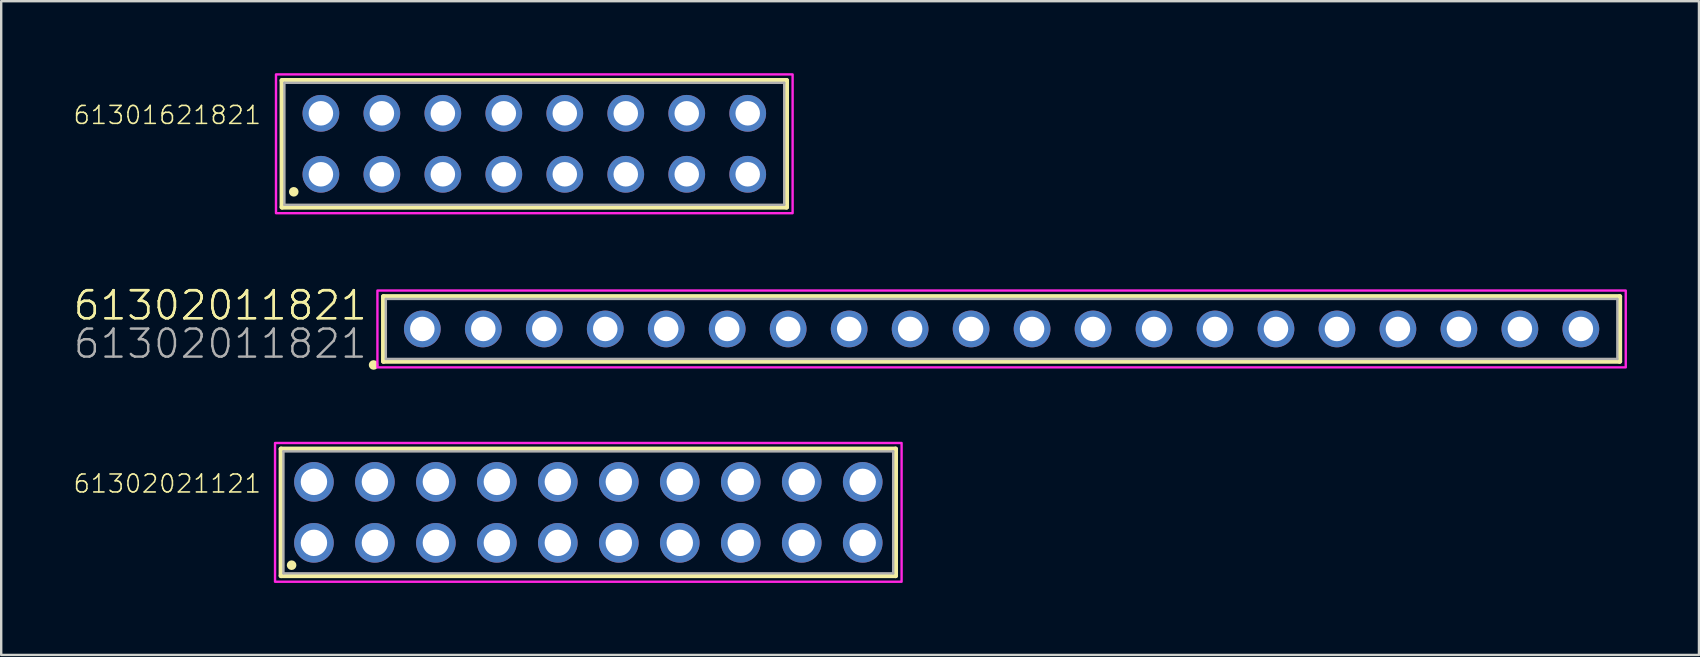
<source format=kicad_pcb>
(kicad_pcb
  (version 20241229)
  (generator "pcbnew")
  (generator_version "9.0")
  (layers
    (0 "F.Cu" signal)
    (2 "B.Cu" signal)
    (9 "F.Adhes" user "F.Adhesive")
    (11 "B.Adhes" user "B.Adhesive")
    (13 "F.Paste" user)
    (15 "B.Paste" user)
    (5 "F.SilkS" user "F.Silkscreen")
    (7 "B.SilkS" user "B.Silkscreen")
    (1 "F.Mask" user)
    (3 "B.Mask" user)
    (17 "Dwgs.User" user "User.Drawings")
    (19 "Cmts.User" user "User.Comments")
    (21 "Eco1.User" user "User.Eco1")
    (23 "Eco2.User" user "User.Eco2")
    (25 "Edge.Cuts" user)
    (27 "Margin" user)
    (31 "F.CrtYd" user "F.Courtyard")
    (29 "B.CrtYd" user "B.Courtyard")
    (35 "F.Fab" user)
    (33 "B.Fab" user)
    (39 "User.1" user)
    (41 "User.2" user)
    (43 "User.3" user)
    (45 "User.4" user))
  (footprint "61301621821"
    (layer "F.Cu")
    (at 19.207 2.94)
    (property "Reference" "61301621821" (at -11.328 -0.756 0) (unlocked yes) (layer "F.SilkS") (effects (font (size 0.748 0.748) (thickness 0.065)) (justify right bottom)))
    (fp_line (start -10.51 -2.64) (end 10.51 -2.64) (stroke (width 0.2) (type solid)) (layer "F.SilkS"))
    (fp_line (start -10.51 2.64) (end -10.51 -2.64) (stroke (width 0.2) (type solid)) (layer "F.SilkS"))
    (fp_line (start 10.51 -2.64) (end 10.51 2.64) (stroke (width 0.2) (type solid)) (layer "F.SilkS"))
    (fp_line (start 10.51 2.64) (end -10.51 2.64) (stroke (width 0.2) (type solid)) (layer "F.SilkS"))
    (fp_circle (center -10.02 2) (end -9.92 2) (stroke (width 0.2) (type solid)) (fill no) (layer "F.SilkS"))
    (fp_poly (pts (xy 10.76 2.89) (xy -10.76 2.89) (xy -10.76 -2.89) (xy 10.76 -2.89)) (stroke (width 0.1) (type default)) (fill no) (layer "F.CrtYd"))
    (fp_line (start -10.41 -2.54) (end -10.41 2.54) (stroke (width 0.1) (type solid)) (layer "F.Fab"))
    (fp_line (start -10.41 2.54) (end 10.41 2.54) (stroke (width 0.1) (type solid)) (layer "F.Fab"))
    (fp_line (start 10.41 -2.54) (end -10.41 -2.54) (stroke (width 0.1) (type solid)) (layer "F.Fab"))
    (fp_line (start 10.41 2.54) (end 10.41 -2.54) (stroke (width 0.1) (type solid)) (layer "F.Fab"))
    (pad "1" thru_hole circle (at -8.89 1.27) (size 1.53 1.53) (drill 1.02) (layers "*.Cu" "*.Mask"))
    (pad "2" thru_hole circle (at -8.89 -1.27) (size 1.53 1.53) (drill 1.02) (layers "*.Cu" "*.Mask"))
    (pad "3" thru_hole circle (at -6.35 1.27) (size 1.53 1.53) (drill 1.02) (layers "*.Cu" "*.Mask"))
    (pad "4" thru_hole circle (at -6.35 -1.27) (size 1.53 1.53) (drill 1.02) (layers "*.Cu" "*.Mask"))
    (pad "5" thru_hole circle (at -3.81 1.27) (size 1.53 1.53) (drill 1.02) (layers "*.Cu" "*.Mask"))
    (pad "6" thru_hole circle (at -3.81 -1.27) (size 1.53 1.53) (drill 1.02) (layers "*.Cu" "*.Mask"))
    (pad "7" thru_hole circle (at -1.27 1.27) (size 1.53 1.53) (drill 1.02) (layers "*.Cu" "*.Mask"))
    (pad "8" thru_hole circle (at -1.27 -1.27) (size 1.53 1.53) (drill 1.02) (layers "*.Cu" "*.Mask"))
    (pad "9" thru_hole circle (at 1.27 1.27) (size 1.53 1.53) (drill 1.02) (layers "*.Cu" "*.Mask"))
    (pad "10" thru_hole circle (at 1.27 -1.27) (size 1.53 1.53) (drill 1.02) (layers "*.Cu" "*.Mask"))
    (pad "11" thru_hole circle (at 3.81 1.27) (size 1.53 1.53) (drill 1.02) (layers "*.Cu" "*.Mask"))
    (pad "12" thru_hole circle (at 3.81 -1.27) (size 1.53 1.53) (drill 1.02) (layers "*.Cu" "*.Mask"))
    (pad "13" thru_hole circle (at 6.35 1.27) (size 1.53 1.53) (drill 1.02) (layers "*.Cu" "*.Mask"))
    (pad "14" thru_hole circle (at 6.35 -1.27) (size 1.53 1.53) (drill 1.02) (layers "*.Cu" "*.Mask"))
    (pad "15" thru_hole circle (at 8.89 1.27) (size 1.53 1.53) (drill 1.02) (layers "*.Cu" "*.Mask"))
    (pad "16" thru_hole circle (at 8.89 -1.27) (size 1.53 1.53) (drill 1.02) (layers "*.Cu" "*.Mask")))
  (footprint "61302021121"
    (layer "F.Cu")
    (at 21.457 18.293)
    (property "Reference" "61302021121" (at -13.578 -0.756 0) (unlocked yes) (layer "F.SilkS") (effects (font (size 0.748 0.748) (thickness 0.065)) (justify right bottom)))
    (fp_line (start -12.8 -2.64) (end 12.8 -2.64) (stroke (width 0.2) (type solid)) (layer "F.SilkS"))
    (fp_line (start -12.8 2.64) (end -12.8 -2.64) (stroke (width 0.2) (type solid)) (layer "F.SilkS"))
    (fp_line (start 12.8 -2.64) (end 12.8 2.64) (stroke (width 0.2) (type solid)) (layer "F.SilkS"))
    (fp_line (start 12.8 2.64) (end -12.8 2.64) (stroke (width 0.2) (type solid)) (layer "F.SilkS"))
    (fp_circle (center -12.36 2.2) (end -12.26 2.2) (stroke (width 0.2) (type solid)) (fill no) (layer "F.SilkS"))
    (fp_poly (pts (xy 13.05 2.89) (xy -13.05 2.89) (xy -13.05 -2.89) (xy 13.05 -2.89)) (stroke (width 0.1) (type default)) (fill no) (layer "F.CrtYd"))
    (fp_line (start -12.7 -2.54) (end 12.7 -2.54) (stroke (width 0.1) (type solid)) (layer "F.Fab"))
    (fp_line (start -12.7 2.54) (end -12.7 -2.54) (stroke (width 0.1) (type solid)) (layer "F.Fab"))
    (fp_line (start 12.7 -2.54) (end 12.7 2.54) (stroke (width 0.1) (type solid)) (layer "F.Fab"))
    (fp_line (start 12.7 2.54) (end -12.7 2.54) (stroke (width 0.1) (type solid)) (layer "F.Fab"))
    (pad "1" thru_hole circle (at -11.43 1.27 90) (size 1.65 1.65) (drill 1.1) (layers "*.Cu" "*.Mask"))
    (pad "2" thru_hole circle (at -11.43 -1.27 270) (size 1.65 1.65) (drill 1.1) (layers "*.Cu" "*.Mask"))
    (pad "3" thru_hole circle (at -8.89 1.27 90) (size 1.65 1.65) (drill 1.1) (layers "*.Cu" "*.Mask"))
    (pad "4" thru_hole circle (at -8.89 -1.27 270) (size 1.65 1.65) (drill 1.1) (layers "*.Cu" "*.Mask"))
    (pad "5" thru_hole circle (at -6.35 1.27 90) (size 1.65 1.65) (drill 1.1) (layers "*.Cu" "*.Mask"))
    (pad "6" thru_hole circle (at -6.35 -1.27 270) (size 1.65 1.65) (drill 1.1) (layers "*.Cu" "*.Mask"))
    (pad "7" thru_hole circle (at -3.81 1.27 90) (size 1.65 1.65) (drill 1.1) (layers "*.Cu" "*.Mask"))
    (pad "8" thru_hole circle (at -3.81 -1.27 270) (size 1.65 1.65) (drill 1.1) (layers "*.Cu" "*.Mask"))
    (pad "9" thru_hole circle (at -1.27 1.27 90) (size 1.65 1.65) (drill 1.1) (layers "*.Cu" "*.Mask"))
    (pad "10" thru_hole circle (at -1.27 -1.27 270) (size 1.65 1.65) (drill 1.1) (layers "*.Cu" "*.Mask"))
    (pad "11" thru_hole circle (at 1.27 1.27 90) (size 1.65 1.65) (drill 1.1) (layers "*.Cu" "*.Mask"))
    (pad "12" thru_hole circle (at 1.27 -1.27 270) (size 1.65 1.65) (drill 1.1) (layers "*.Cu" "*.Mask"))
    (pad "13" thru_hole circle (at 3.81 1.27 90) (size 1.65 1.65) (drill 1.1) (layers "*.Cu" "*.Mask"))
    (pad "14" thru_hole circle (at 3.81 -1.27 270) (size 1.65 1.65) (drill 1.1) (layers "*.Cu" "*.Mask"))
    (pad "15" thru_hole circle (at 6.35 1.27 90) (size 1.65 1.65) (drill 1.1) (layers "*.Cu" "*.Mask"))
    (pad "16" thru_hole circle (at 6.35 -1.27 270) (size 1.65 1.65) (drill 1.1) (layers "*.Cu" "*.Mask"))
    (pad "17" thru_hole circle (at 8.89 1.27 90) (size 1.65 1.65) (drill 1.1) (layers "*.Cu" "*.Mask"))
    (pad "18" thru_hole circle (at 8.89 -1.27 270) (size 1.65 1.65) (drill 1.1) (layers "*.Cu" "*.Mask"))
    (pad "19" thru_hole circle (at 11.43 1.27 90) (size 1.65 1.65) (drill 1.1) (layers "*.Cu" "*.Mask"))
    (pad "20" thru_hole circle (at 11.43 -1.27 270) (size 1.65 1.65) (drill 1.1) (layers "*.Cu" "*.Mask")))
  (footprint "61302011821"
    (layer "F.Cu")
    (at 38.672 10.653)
    (property "Reference" "61302011821" (at -26.36 -0.3 0) (unlocked yes) (layer "F.SilkS") (effects (font (size 1.168 1.168) (thickness 0.102)) (justify right bottom)))
    (property "Value" "61302011821" (at -26.36 1.3 0) (unlocked yes) (layer "F.Fab") (hide yes) (effects (font (size 1.168 1.168) (thickness 0.102)) (justify right bottom)))
    (fp_line (start -25.75 -1.35) (end 25.75 -1.35) (stroke (width 0.2) (type solid)) (layer "F.SilkS"))
    (fp_line (start -25.75 1.35) (end -25.75 -1.35) (stroke (width 0.2) (type solid)) (layer "F.SilkS"))
    (fp_line (start 25.75 -1.35) (end 25.75 1.35) (stroke (width 0.2) (type solid)) (layer "F.SilkS"))
    (fp_line (start 25.75 1.35) (end -25.75 1.35) (stroke (width 0.2) (type solid)) (layer "F.SilkS"))
    (fp_circle (center -26.16 1.5) (end -26.06 1.5) (stroke (width 0.2) (type solid)) (fill no) (layer "F.SilkS"))
    (fp_poly (pts (xy 26 1.6) (xy -26 1.6) (xy -26 -1.6) (xy 26 -1.6)) (stroke (width 0.1) (type default)) (fill no) (layer "F.CrtYd"))
    (fp_line (start -25.65 -1.25) (end -25.65 1.25) (stroke (width 0.1) (type solid)) (layer "F.Fab"))
    (fp_line (start -25.65 1.25) (end 25.65 1.25) (stroke (width 0.1) (type solid)) (layer "F.Fab"))
    (fp_line (start 25.65 -1.25) (end -25.65 -1.25) (stroke (width 0.1) (type solid)) (layer "F.Fab"))
    (fp_line (start 25.65 1.25) (end 25.65 -1.25) (stroke (width 0.1) (type solid)) (layer "F.Fab"))
    (fp_text user "${REFERENCE}" (at -26.36 -0.3 0) (unlocked yes) (layer "F.SilkS") (effects (font (size 1.168 1.168) (thickness 0.102)) (justify right bottom)))
    (fp_text user "${VALUE}" (at -26.36 1.3 0) (unlocked yes) (layer "F.Fab") (effects (font (size 1.168 1.168) (thickness 0.102)) (justify right bottom)))
    (pad "1" thru_hole circle (at -24.13 0) (size 1.53 1.53) (drill 1.02) (layers "*.Cu" "*.Mask"))
    (pad "2" thru_hole circle (at -21.59 0) (size 1.53 1.53) (drill 1.02) (layers "*.Cu" "*.Mask"))
    (pad "3" thru_hole circle (at -19.05 0) (size 1.53 1.53) (drill 1.02) (layers "*.Cu" "*.Mask"))
    (pad "4" thru_hole circle (at -16.51 0) (size 1.53 1.53) (drill 1.02) (layers "*.Cu" "*.Mask"))
    (pad "5" thru_hole circle (at -13.97 0) (size 1.53 1.53) (drill 1.02) (layers "*.Cu" "*.Mask"))
    (pad "6" thru_hole circle (at -11.43 0) (size 1.53 1.53) (drill 1.02) (layers "*.Cu" "*.Mask"))
    (pad "7" thru_hole circle (at -8.89 0) (size 1.53 1.53) (drill 1.02) (layers "*.Cu" "*.Mask"))
    (pad "8" thru_hole circle (at -6.35 0) (size 1.53 1.53) (drill 1.02) (layers "*.Cu" "*.Mask"))
    (pad "9" thru_hole circle (at -3.81 0) (size 1.53 1.53) (drill 1.02) (layers "*.Cu" "*.Mask"))
    (pad "10" thru_hole circle (at -1.27 0) (size 1.53 1.53) (drill 1.02) (layers "*.Cu" "*.Mask"))
    (pad "11" thru_hole circle (at 1.27 0) (size 1.53 1.53) (drill 1.02) (layers "*.Cu" "*.Mask"))
    (pad "12" thru_hole circle (at 3.81 0) (size 1.53 1.53) (drill 1.02) (layers "*.Cu" "*.Mask"))
    (pad "13" thru_hole circle (at 6.35 0) (size 1.53 1.53) (drill 1.02) (layers "*.Cu" "*.Mask"))
    (pad "14" thru_hole circle (at 8.89 0) (size 1.53 1.53) (drill 1.02) (layers "*.Cu" "*.Mask"))
    (pad "15" thru_hole circle (at 11.43 0) (size 1.53 1.53) (drill 1.02) (layers "*.Cu" "*.Mask"))
    (pad "16" thru_hole circle (at 13.97 0) (size 1.53 1.53) (drill 1.02) (layers "*.Cu" "*.Mask"))
    (pad "17" thru_hole circle (at 16.51 0) (size 1.53 1.53) (drill 1.02) (layers "*.Cu" "*.Mask"))
    (pad "18" thru_hole circle (at 19.05 0) (size 1.53 1.53) (drill 1.02) (layers "*.Cu" "*.Mask"))
    (pad "19" thru_hole circle (at 21.59 0) (size 1.53 1.53) (drill 1.02) (layers "*.Cu" "*.Mask"))
    (pad "20" thru_hole circle (at 24.13 0) (size 1.53 1.53) (drill 1.02) (layers "*.Cu" "*.Mask")))
  (gr_rect
    (start -3 -3)
    (end 67.722 24.233)
    (stroke (width 0.1) (type default))
    (fill no)
    (layer "Edge.Cuts")))
</source>
